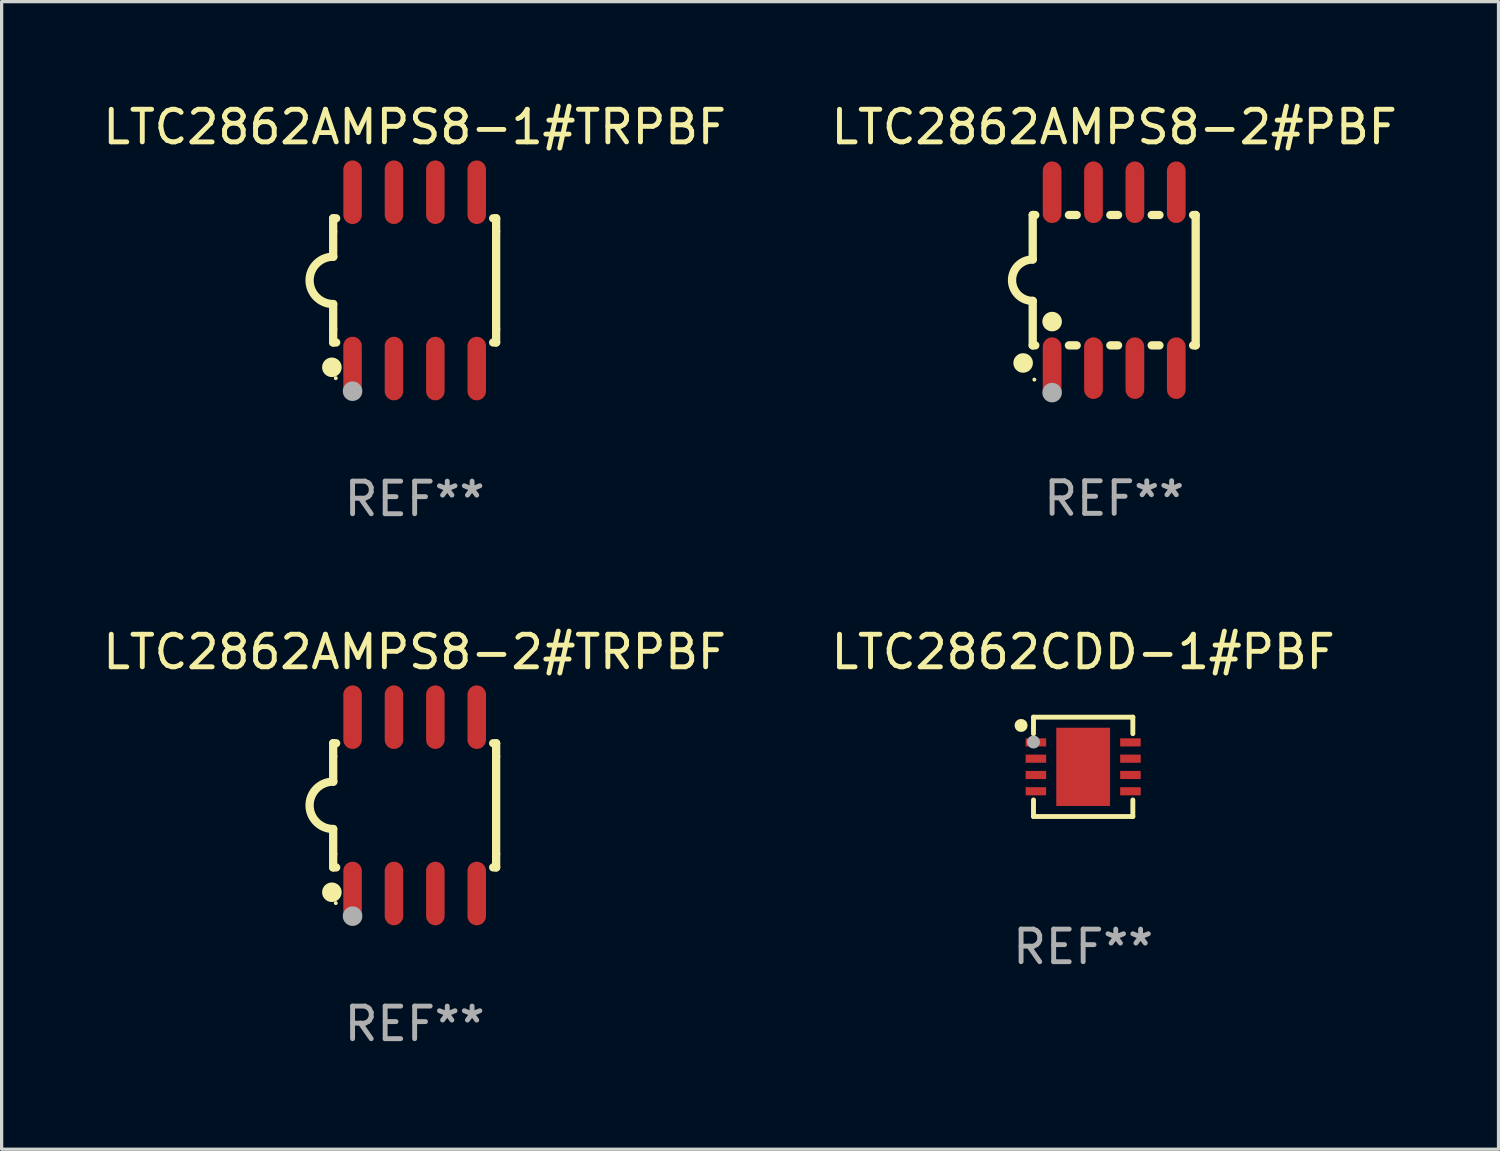
<source format=kicad_pcb>
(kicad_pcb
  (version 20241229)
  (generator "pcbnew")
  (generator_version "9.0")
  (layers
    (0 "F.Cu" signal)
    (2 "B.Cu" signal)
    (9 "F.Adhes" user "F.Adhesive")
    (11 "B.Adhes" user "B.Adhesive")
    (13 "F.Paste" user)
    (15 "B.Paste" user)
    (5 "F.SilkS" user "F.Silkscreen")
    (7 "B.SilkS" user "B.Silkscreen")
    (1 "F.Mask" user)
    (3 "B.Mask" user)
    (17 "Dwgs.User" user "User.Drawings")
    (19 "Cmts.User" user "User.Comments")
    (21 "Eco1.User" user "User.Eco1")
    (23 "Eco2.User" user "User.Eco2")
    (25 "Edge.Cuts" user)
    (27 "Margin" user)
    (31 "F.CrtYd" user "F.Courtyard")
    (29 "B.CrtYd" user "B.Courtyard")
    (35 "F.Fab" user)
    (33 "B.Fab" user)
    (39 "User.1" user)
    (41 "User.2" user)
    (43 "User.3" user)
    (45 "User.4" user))
  (footprint "LTC2862CDD-1#PBF"
    (layer "F.Cu")
    (at 30.185 20.479)
    (property "Reference" "LTC2862CDD-1#PBF" (at 0 -3.524 0) (layer "F.SilkS") (effects (font (size 1 1) (thickness 0.15))))
    (attr through_hole)
    (fp_line (start -1.524 -1.524) (end 1.524 -1.524) (stroke (width 0.15) (type solid)) (layer "F.SilkS"))
    (fp_line (start -1.524 -1.016) (end -1.524 -1.524) (stroke (width 0.15) (type solid)) (layer "F.SilkS"))
    (fp_line (start -1.524 1.016) (end -1.524 1.524) (stroke (width 0.15) (type solid)) (layer "F.SilkS"))
    (fp_line (start -1.524 1.524) (end 1.524 1.524) (stroke (width 0.15) (type solid)) (layer "F.SilkS"))
    (fp_line (start 1.524 -1.524) (end 1.524 -1.016) (stroke (width 0.15) (type solid)) (layer "F.SilkS"))
    (fp_line (start 1.524 1.524) (end 1.524 1.016) (stroke (width 0.15) (type solid)) (layer "F.SilkS"))
    (fp_circle (center -1.905 -1.27) (end -1.805 -1.27) (stroke (width 0.2) (type solid)) (fill no) (layer "F.SilkS"))
    (fp_circle (center -1.5 -1.5) (end -1.47 -1.5) (stroke (width 0.06) (type solid)) (fill no) (layer "F.SilkS"))
    (fp_circle (center -1.524 -0.762) (end -1.424 -0.762) (stroke (width 0.2) (type solid)) (fill no) (layer "F.Fab"))
    (fp_text user "REF**" (at 0 5.524 0) (layer "F.Fab") (effects (font (size 1 1) (thickness 0.15))))
    (pad "1" smd rect (at -1.45 -0.75) (size 0.63 0.25) (layers "F.Cu" "F.Mask" "F.Paste"))
    (pad "2" smd rect (at -1.45 -0.25) (size 0.63 0.25) (layers "F.Cu" "F.Mask" "F.Paste"))
    (pad "3" smd rect (at -1.45 0.25) (size 0.63 0.25) (layers "F.Cu" "F.Mask" "F.Paste"))
    (pad "4" smd rect (at -1.45 0.75) (size 0.63 0.25) (layers "F.Cu" "F.Mask" "F.Paste"))
    (pad "5" smd rect (at 1.45 0.75) (size 0.63 0.25) (layers "F.Cu" "F.Mask" "F.Paste"))
    (pad "6" smd rect (at 1.45 0.25) (size 0.63 0.25) (layers "F.Cu" "F.Mask" "F.Paste"))
    (pad "7" smd rect (at 1.45 -0.25) (size 0.63 0.25) (layers "F.Cu" "F.Mask" "F.Paste"))
    (pad "8" smd rect (at 1.45 -0.75) (size 0.63 0.25) (layers "F.Cu" "F.Mask" "F.Paste"))
    (pad "9" smd rect (at -0.000025 0.000127) (size 1.65 2.4) (layers "F.Cu" "F.Mask" "F.Paste")))
  (footprint "LTC2862AMPS8-2#TRPBF"
    (layer "F.Cu")
    (at 9.673 21.66)
    (property "Reference" "LTC2862AMPS8-2#TRPBF" (at 0 -4.705 0) (layer "F.SilkS") (effects (font (size 1 1) (thickness 0.15))))
    (attr through_hole)
    (fp_line (start -2.5 -1.905) (end -2.409 -1.905) (stroke (width 0.254) (type solid)) (layer "F.SilkS"))
    (fp_line (start -2.5 -1.5) (end -2.5 -1.905) (stroke (width 0.254) (type solid)) (layer "F.SilkS"))
    (fp_line (start -2.5 -1.5) (end -2.5 -0.726) (stroke (width 0.254) (type solid)) (layer "F.SilkS"))
    (fp_line (start -2.5 1.5) (end -2.5 0.727) (stroke (width 0.254) (type solid)) (layer "F.SilkS"))
    (fp_line (start -2.5 1.5) (end -2.5 1.905) (stroke (width 0.254) (type solid)) (layer "F.SilkS"))
    (fp_line (start -2.5 1.905) (end -2.409 1.905) (stroke (width 0.254) (type solid)) (layer "F.SilkS"))
    (fp_line (start 2.5 -1.905) (end 2.409 -1.905) (stroke (width 0.254) (type solid)) (layer "F.SilkS"))
    (fp_line (start 2.5 -1.5) (end 2.5 -1.905) (stroke (width 0.254) (type solid)) (layer "F.SilkS"))
    (fp_line (start 2.5 -1.5) (end 2.5 1.5) (stroke (width 0.254) (type solid)) (layer "F.SilkS"))
    (fp_line (start 2.5 1.5) (end 2.5 1.905) (stroke (width 0.254) (type solid)) (layer "F.SilkS"))
    (fp_line (start 2.5 1.905) (end 2.409 1.905) (stroke (width 0.254) (type solid)) (layer "F.SilkS"))
    (fp_arc (start -2.5 0.726568) (mid -3.220316 -0.0023) (end -2.495097 -0.726289) (stroke (width 0.254001) (type solid)) (layer "F.SilkS"))
    (fp_circle (center -2.54 2.667) (end -2.39 2.667) (stroke (width 0.3) (type solid)) (fill no) (layer "F.SilkS"))
    (fp_circle (center -2.42 3) (end -2.39 3) (stroke (width 0.06) (type solid)) (fill no) (layer "F.SilkS"))
    (fp_circle (center -1.905 3.4) (end -1.755 3.4) (stroke (width 0.3) (type solid)) (fill no) (layer "F.Fab"))
    (fp_text user "REF**" (at 0 6.705 0) (layer "F.Fab") (effects (font (size 1 1) (thickness 0.15))))
    (pad "1" smd oval (at -1.905 2.705) (size 0.568 1.95) (layers "F.Cu" "F.Mask" "F.Paste"))
    (pad "2" smd oval (at -0.635 2.705) (size 0.568 1.95) (layers "F.Cu" "F.Mask" "F.Paste"))
    (pad "3" smd oval (at 0.635 2.705) (size 0.568 1.95) (layers "F.Cu" "F.Mask" "F.Paste"))
    (pad "4" smd oval (at 1.905 2.705) (size 0.568 1.95) (layers "F.Cu" "F.Mask" "F.Paste"))
    (pad "5" smd oval (at 1.905 -2.705) (size 0.568 1.95) (layers "F.Cu" "F.Mask" "F.Paste"))
    (pad "6" smd oval (at 0.635 -2.705) (size 0.568 1.95) (layers "F.Cu" "F.Mask" "F.Paste"))
    (pad "7" smd oval (at -0.635 -2.705) (size 0.568 1.95) (layers "F.Cu" "F.Mask" "F.Paste"))
    (pad "8" smd oval (at -1.905 -2.705) (size 0.568 1.95) (layers "F.Cu" "F.Mask" "F.Paste")))
  (footprint "LTC2862AMPS8-1#TRPBF"
    (layer "F.Cu")
    (at 9.673 5.553)
    (property "Reference" "LTC2862AMPS8-1#TRPBF" (at 0 -4.705 0) (layer "F.SilkS") (effects (font (size 1 1) (thickness 0.15))))
    (attr through_hole)
    (fp_line (start -2.5 -1.905) (end -2.409 -1.905) (stroke (width 0.254) (type solid)) (layer "F.SilkS"))
    (fp_line (start -2.5 -1.5) (end -2.5 -1.905) (stroke (width 0.254) (type solid)) (layer "F.SilkS"))
    (fp_line (start -2.5 -1.5) (end -2.5 -0.726) (stroke (width 0.254) (type solid)) (layer "F.SilkS"))
    (fp_line (start -2.5 1.5) (end -2.5 0.727) (stroke (width 0.254) (type solid)) (layer "F.SilkS"))
    (fp_line (start -2.5 1.5) (end -2.5 1.905) (stroke (width 0.254) (type solid)) (layer "F.SilkS"))
    (fp_line (start -2.5 1.905) (end -2.409 1.905) (stroke (width 0.254) (type solid)) (layer "F.SilkS"))
    (fp_line (start 2.5 -1.905) (end 2.409 -1.905) (stroke (width 0.254) (type solid)) (layer "F.SilkS"))
    (fp_line (start 2.5 -1.5) (end 2.5 -1.905) (stroke (width 0.254) (type solid)) (layer "F.SilkS"))
    (fp_line (start 2.5 -1.5) (end 2.5 1.5) (stroke (width 0.254) (type solid)) (layer "F.SilkS"))
    (fp_line (start 2.5 1.5) (end 2.5 1.905) (stroke (width 0.254) (type solid)) (layer "F.SilkS"))
    (fp_line (start 2.5 1.905) (end 2.409 1.905) (stroke (width 0.254) (type solid)) (layer "F.SilkS"))
    (fp_arc (start -2.5 0.726568) (mid -3.220316 -0.0023) (end -2.495097 -0.726289) (stroke (width 0.254001) (type solid)) (layer "F.SilkS"))
    (fp_circle (center -2.54 2.667) (end -2.39 2.667) (stroke (width 0.3) (type solid)) (fill no) (layer "F.SilkS"))
    (fp_circle (center -2.42 3) (end -2.39 3) (stroke (width 0.06) (type solid)) (fill no) (layer "F.SilkS"))
    (fp_circle (center -1.905 3.4) (end -1.755 3.4) (stroke (width 0.3) (type solid)) (fill no) (layer "F.Fab"))
    (fp_text user "REF**" (at 0 6.705 0) (layer "F.Fab") (effects (font (size 1 1) (thickness 0.15))))
    (pad "1" smd oval (at -1.905 2.705) (size 0.568 1.95) (layers "F.Cu" "F.Mask" "F.Paste"))
    (pad "2" smd oval (at -0.635 2.705) (size 0.568 1.95) (layers "F.Cu" "F.Mask" "F.Paste"))
    (pad "3" smd oval (at 0.635 2.705) (size 0.568 1.95) (layers "F.Cu" "F.Mask" "F.Paste"))
    (pad "4" smd oval (at 1.905 2.705) (size 0.568 1.95) (layers "F.Cu" "F.Mask" "F.Paste"))
    (pad "5" smd oval (at 1.905 -2.705) (size 0.568 1.95) (layers "F.Cu" "F.Mask" "F.Paste"))
    (pad "6" smd oval (at 0.635 -2.705) (size 0.568 1.95) (layers "F.Cu" "F.Mask" "F.Paste"))
    (pad "7" smd oval (at -0.635 -2.705) (size 0.568 1.95) (layers "F.Cu" "F.Mask" "F.Paste"))
    (pad "8" smd oval (at -1.905 -2.705) (size 0.568 1.95) (layers "F.Cu" "F.Mask" "F.Paste")))
  (footprint "LTC2862AMPS8-2#PBF"
    (layer "F.Cu")
    (at 31.137 5.547)
    (property "Reference" "LTC2862AMPS8-2#PBF" (at 0 -4.699 0) (layer "F.SilkS") (effects (font (size 1 1) (thickness 0.15))))
    (attr through_hole)
    (fp_line (start -2.5 -2) (end -2.5 -0.635) (stroke (width 0.254) (type solid)) (layer "F.SilkS"))
    (fp_line (start -2.5 -2) (end -2.421 -2) (stroke (width 0.254) (type solid)) (layer "F.SilkS"))
    (fp_line (start -2.5 2) (end -2.5 0.635) (stroke (width 0.254) (type solid)) (layer "F.SilkS"))
    (fp_line (start -2.5 2) (end -2.421 2) (stroke (width 0.254) (type solid)) (layer "F.SilkS"))
    (fp_line (start -1.389 -2) (end -1.151 -2) (stroke (width 0.254) (type solid)) (layer "F.SilkS"))
    (fp_line (start -1.389 2) (end -1.151 2) (stroke (width 0.254) (type solid)) (layer "F.SilkS"))
    (fp_line (start -0.119 -2) (end 0.119 -2) (stroke (width 0.254) (type solid)) (layer "F.SilkS"))
    (fp_line (start -0.119 2) (end 0.119 2) (stroke (width 0.254) (type solid)) (layer "F.SilkS"))
    (fp_line (start 1.151 -2) (end 1.389 -2) (stroke (width 0.254) (type solid)) (layer "F.SilkS"))
    (fp_line (start 1.151 2) (end 1.389 2) (stroke (width 0.254) (type solid)) (layer "F.SilkS"))
    (fp_line (start 2.421 -2) (end 2.5 -2) (stroke (width 0.254) (type solid)) (layer "F.SilkS"))
    (fp_line (start 2.421 2) (end 2.5 2) (stroke (width 0.254) (type solid)) (layer "F.SilkS"))
    (fp_line (start 2.5 -2) (end 2.5 2) (stroke (width 0.254) (type solid)) (layer "F.SilkS"))
    (fp_arc (start -2.5 0.635001) (mid -3.134366 -0.000318) (end -2.499365 -0.635001) (stroke (width 0.254001) (type solid)) (layer "F.SilkS"))
    (fp_circle (center -2.794 2.54) (end -2.644 2.54) (stroke (width 0.3) (type solid)) (fill no) (layer "F.SilkS"))
    (fp_circle (center -2.45 3.05) (end -2.42 3.05) (stroke (width 0.06) (type solid)) (fill no) (layer "F.SilkS"))
    (fp_circle (center -1.905 1.27) (end -1.755 1.27) (stroke (width 0.3) (type solid)) (fill no) (layer "F.SilkS"))
    (fp_circle (center -1.905 3.45) (end -1.755 3.45) (stroke (width 0.3) (type solid)) (fill no) (layer "F.Fab"))
    (fp_text user "REF**" (at 0 6.699 0) (layer "F.Fab") (effects (font (size 1 1) (thickness 0.15))))
    (pad "1" smd oval (at -1.905 2.699) (size 0.574 1.888) (layers "F.Cu" "F.Mask" "F.Paste"))
    (pad "2" smd oval (at -0.635 2.699) (size 0.574 1.888) (layers "F.Cu" "F.Mask" "F.Paste"))
    (pad "3" smd oval (at 0.635 2.699) (size 0.574 1.888) (layers "F.Cu" "F.Mask" "F.Paste"))
    (pad "4" smd oval (at 1.905 2.699) (size 0.574 1.888) (layers "F.Cu" "F.Mask" "F.Paste"))
    (pad "5" smd oval (at 1.905 -2.699) (size 0.574 1.888) (layers "F.Cu" "F.Mask" "F.Paste"))
    (pad "6" smd oval (at 0.635 -2.699) (size 0.574 1.888) (layers "F.Cu" "F.Mask" "F.Paste"))
    (pad "7" smd oval (at -0.635 -2.699) (size 0.574 1.888) (layers "F.Cu" "F.Mask" "F.Paste"))
    (pad "8" smd oval (at -1.905 -2.699) (size 0.574 1.888) (layers "F.Cu" "F.Mask" "F.Paste")))
  (gr_rect
    (start -3 -3)
    (end 42.929 32.213)
    (stroke (width 0.1) (type default))
    (fill no)
    (layer "Edge.Cuts")))
</source>
